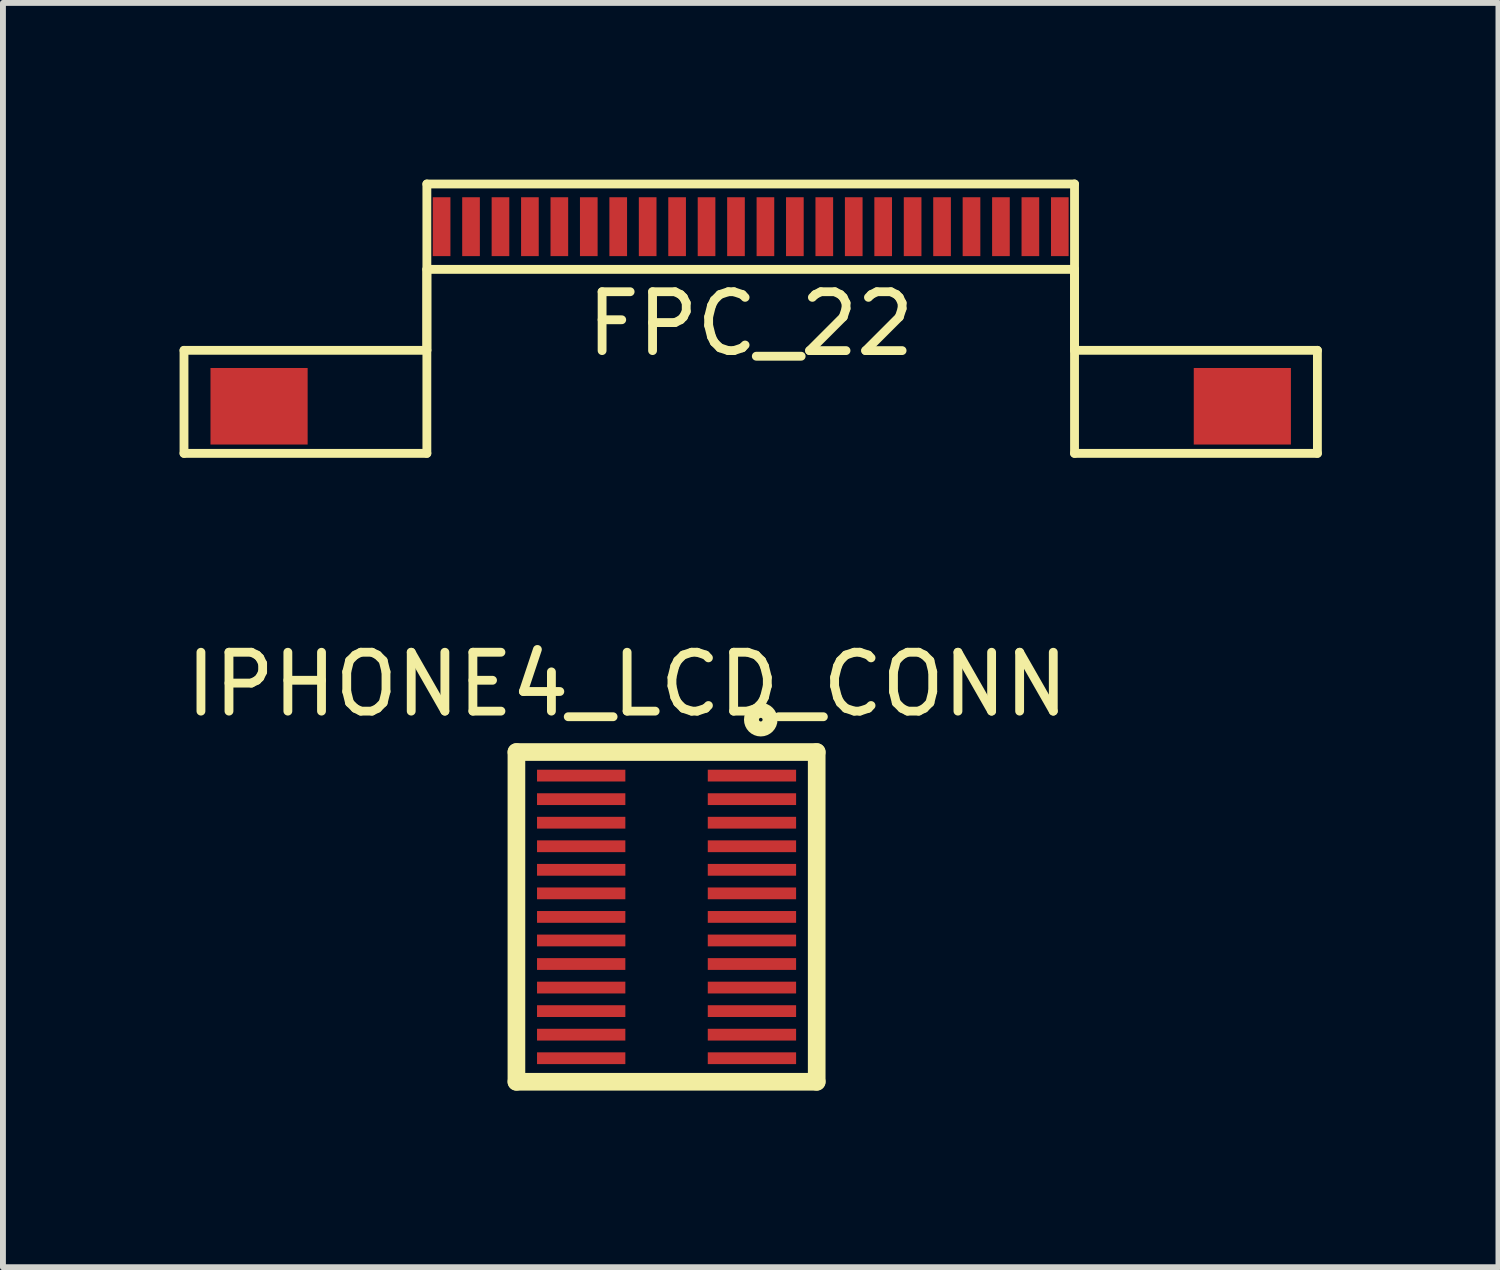
<source format=kicad_pcb>
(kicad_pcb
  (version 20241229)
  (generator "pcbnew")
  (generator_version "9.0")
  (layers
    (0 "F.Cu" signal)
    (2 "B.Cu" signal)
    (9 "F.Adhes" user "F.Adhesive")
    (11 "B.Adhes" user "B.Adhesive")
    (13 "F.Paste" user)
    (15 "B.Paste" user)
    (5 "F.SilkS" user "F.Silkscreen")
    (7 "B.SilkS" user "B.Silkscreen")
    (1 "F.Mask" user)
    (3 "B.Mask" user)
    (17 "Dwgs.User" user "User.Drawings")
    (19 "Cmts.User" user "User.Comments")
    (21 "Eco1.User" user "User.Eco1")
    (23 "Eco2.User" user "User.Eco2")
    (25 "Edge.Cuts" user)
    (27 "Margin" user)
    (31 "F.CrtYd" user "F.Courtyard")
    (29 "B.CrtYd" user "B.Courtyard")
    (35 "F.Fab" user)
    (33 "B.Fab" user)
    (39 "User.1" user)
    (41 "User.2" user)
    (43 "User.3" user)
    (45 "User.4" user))
  (footprint "IPHONE4_LCD_CONN"
    (layer "F.Cu")
    (at 8.321 12.323)
    (property "Reference" "IPHONE4_LCD_CONN" (at -0.72 -3.75 0) (layer "F.SilkS") (effects (font (size 1 1) (thickness 0.15))))
    (attr through_hole)
    (fp_line (start -2.6 -2.6) (end 2.5 -2.6) (stroke (width 0.3) (type solid)) (layer "F.SilkS"))
    (fp_line (start -2.6 3) (end -2.6 -2.6) (stroke (width 0.3) (type solid)) (layer "F.SilkS"))
    (fp_line (start -2.6 3) (end 2.5 3) (stroke (width 0.3) (type solid)) (layer "F.SilkS"))
    (fp_line (start 2.5 3) (end 2.5 -2.6) (stroke (width 0.3) (type solid)) (layer "F.SilkS"))
    (fp_circle (center 1.55 -3.15) (end 1.708 -3.15) (stroke (width 0.254) (type solid)) (fill no) (layer "F.SilkS"))
    (pad "1" smd rect (at 1.4 -2.2) (size 1.5 0.2) (layers "F.Cu" "F.Mask" "F.Paste"))
    (pad "2" smd rect (at -1.5 -2.2) (size 1.5 0.2) (layers "F.Cu" "F.Mask" "F.Paste"))
    (pad "3" smd rect (at 1.4 -1.8) (size 1.5 0.2) (layers "F.Cu" "F.Mask" "F.Paste"))
    (pad "4" smd rect (at -1.5 -1.8) (size 1.5 0.2) (layers "F.Cu" "F.Mask" "F.Paste"))
    (pad "5" smd rect (at 1.4 -1.4) (size 1.5 0.2) (layers "F.Cu" "F.Mask" "F.Paste"))
    (pad "6" smd rect (at -1.5 -1.4) (size 1.5 0.2) (layers "F.Cu" "F.Mask" "F.Paste"))
    (pad "7" smd rect (at 1.4 -1) (size 1.5 0.2) (layers "F.Cu" "F.Mask" "F.Paste"))
    (pad "8" smd rect (at -1.5 -1) (size 1.5 0.2) (layers "F.Cu" "F.Mask" "F.Paste"))
    (pad "9" smd rect (at 1.4 -0.6) (size 1.5 0.2) (layers "F.Cu" "F.Mask" "F.Paste"))
    (pad "10" smd rect (at -1.5 -0.6) (size 1.5 0.2) (layers "F.Cu" "F.Mask" "F.Paste"))
    (pad "11" smd rect (at 1.4 -0.2) (size 1.5 0.2) (layers "F.Cu" "F.Mask" "F.Paste"))
    (pad "12" smd rect (at -1.5 -0.2) (size 1.5 0.2) (layers "F.Cu" "F.Mask" "F.Paste"))
    (pad "13" smd rect (at 1.4 0.2) (size 1.5 0.2) (layers "F.Cu" "F.Mask" "F.Paste"))
    (pad "14" smd rect (at -1.5 0.2) (size 1.5 0.2) (layers "F.Cu" "F.Mask" "F.Paste"))
    (pad "15" smd rect (at 1.4 0.6) (size 1.5 0.2) (layers "F.Cu" "F.Mask" "F.Paste"))
    (pad "16" smd rect (at -1.5 0.6) (size 1.5 0.2) (layers "F.Cu" "F.Mask" "F.Paste"))
    (pad "17" smd rect (at 1.4 1) (size 1.5 0.2) (layers "F.Cu" "F.Mask" "F.Paste"))
    (pad "18" smd rect (at -1.5 1) (size 1.5 0.2) (layers "F.Cu" "F.Mask" "F.Paste"))
    (pad "19" smd rect (at 1.4 1.4) (size 1.5 0.2) (layers "F.Cu" "F.Mask" "F.Paste"))
    (pad "20" smd rect (at -1.5 1.4) (size 1.5 0.2) (layers "F.Cu" "F.Mask" "F.Paste"))
    (pad "21" smd rect (at 1.4 1.8) (size 1.5 0.2) (layers "F.Cu" "F.Mask" "F.Paste"))
    (pad "22" smd rect (at -1.5 1.8) (size 1.5 0.2) (layers "F.Cu" "F.Mask" "F.Paste"))
    (pad "23" smd rect (at 1.4 2.2) (size 1.5 0.2) (layers "F.Cu" "F.Mask" "F.Paste"))
    (pad "24" smd rect (at -1.5 2.2) (size 1.5 0.2) (layers "F.Cu" "F.Mask" "F.Paste"))
    (pad "25" smd rect (at 1.4 2.6) (size 1.5 0.2) (layers "F.Cu" "F.Mask" "F.Paste"))
    (pad "26" smd rect (at -1.5 2.6) (size 1.5 0.2) (layers "F.Cu" "F.Mask" "F.Paste")))
  (footprint "FPC_22"
    (layer "F.Cu")
    (at 9.7 0.8)
    (property "Reference" "FPC_22" (at 0 1.65 0) (layer "F.SilkS") (effects (font (size 1 1) (thickness 0.15))))
    (attr smd)
    (fp_line (start -9.625 2.1) (end -5.5 2.1) (stroke (width 0.15) (type solid)) (layer "F.SilkS"))
    (fp_line (start -9.625 3.85) (end -9.625 2.1) (stroke (width 0.15) (type solid)) (layer "F.SilkS"))
    (fp_line (start -5.5 -0.725) (end 5.5 -0.725) (stroke (width 0.15) (type solid)) (layer "F.SilkS"))
    (fp_line (start -5.5 0.725) (end -5.5 3.85) (stroke (width 0.15) (type solid)) (layer "F.SilkS"))
    (fp_line (start -5.5 0.725) (end 5.5 0.725) (stroke (width 0.15) (type solid)) (layer "F.SilkS"))
    (fp_line (start -5.5 2.1) (end -5.5 -0.725) (stroke (width 0.15) (type solid)) (layer "F.SilkS"))
    (fp_line (start -5.5 3.85) (end -9.625 3.85) (stroke (width 0.15) (type solid)) (layer "F.SilkS"))
    (fp_line (start 5.5 0.725) (end 5.5 3.85) (stroke (width 0.15) (type solid)) (layer "F.SilkS"))
    (fp_line (start 5.5 2.1) (end 5.5 -0.725) (stroke (width 0.15) (type solid)) (layer "F.SilkS"))
    (fp_line (start 5.5 3.85) (end 9.625 3.85) (stroke (width 0.15) (type solid)) (layer "F.SilkS"))
    (fp_line (start 9.625 2.1) (end 5.5 2.1) (stroke (width 0.15) (type solid)) (layer "F.SilkS"))
    (fp_line (start 9.625 3.85) (end 9.625 2.1) (stroke (width 0.15) (type solid)) (layer "F.SilkS"))
    (pad "0" smd rect (at -8.35 3.05) (size 1.65 1.3) (layers "F.Cu" "F.Mask" "F.Paste"))
    (pad "0" smd rect (at 8.35 3.05) (size 1.65 1.3) (layers "F.Cu" "F.Mask" "F.Paste"))
    (pad "1" smd rect (at -5.25 0) (size 0.3 1) (layers "F.Cu" "F.Mask" "F.Paste"))
    (pad "2" smd rect (at -4.75 0) (size 0.3 1) (layers "F.Cu" "F.Mask" "F.Paste"))
    (pad "3" smd rect (at -4.25 0) (size 0.3 1) (layers "F.Cu" "F.Mask" "F.Paste"))
    (pad "4" smd rect (at -3.75 0) (size 0.3 1) (layers "F.Cu" "F.Mask" "F.Paste"))
    (pad "5" smd rect (at -3.25 0) (size 0.3 1) (layers "F.Cu" "F.Mask" "F.Paste"))
    (pad "6" smd rect (at -2.75 0) (size 0.3 1) (layers "F.Cu" "F.Mask" "F.Paste"))
    (pad "7" smd rect (at -2.25 0) (size 0.3 1) (layers "F.Cu" "F.Mask" "F.Paste"))
    (pad "8" smd rect (at -1.75 0) (size 0.3 1) (layers "F.Cu" "F.Mask" "F.Paste"))
    (pad "9" smd rect (at -1.25 0) (size 0.3 1) (layers "F.Cu" "F.Mask" "F.Paste"))
    (pad "10" smd rect (at -0.75 0) (size 0.3 1) (layers "F.Cu" "F.Mask" "F.Paste"))
    (pad "11" smd rect (at -0.25 0) (size 0.3 1) (layers "F.Cu" "F.Mask" "F.Paste"))
    (pad "12" smd rect (at 0.25 0) (size 0.3 1) (layers "F.Cu" "F.Mask" "F.Paste"))
    (pad "13" smd rect (at 0.75 0) (size 0.3 1) (layers "F.Cu" "F.Mask" "F.Paste"))
    (pad "14" smd rect (at 1.25 0) (size 0.3 1) (layers "F.Cu" "F.Mask" "F.Paste"))
    (pad "15" smd rect (at 1.75 0) (size 0.3 1) (layers "F.Cu" "F.Mask" "F.Paste"))
    (pad "16" smd rect (at 2.25 0) (size 0.3 1) (layers "F.Cu" "F.Mask" "F.Paste"))
    (pad "17" smd rect (at 2.75 0) (size 0.3 1) (layers "F.Cu" "F.Mask" "F.Paste"))
    (pad "18" smd rect (at 3.25 0) (size 0.3 1) (layers "F.Cu" "F.Mask" "F.Paste"))
    (pad "19" smd rect (at 3.75 0) (size 0.3 1) (layers "F.Cu" "F.Mask" "F.Paste"))
    (pad "20" smd rect (at 4.25 0) (size 0.3 1) (layers "F.Cu" "F.Mask" "F.Paste"))
    (pad "21" smd rect (at 4.75 0) (size 0.3 1) (layers "F.Cu" "F.Mask" "F.Paste"))
    (pad "22" smd rect (at 5.25 0) (size 0.3 1) (layers "F.Cu" "F.Mask" "F.Paste")))
  (gr_rect
    (start -3 -3)
    (end 22.4 18.473)
    (stroke (width 0.1) (type default))
    (fill no)
    (layer "Edge.Cuts")))
</source>
